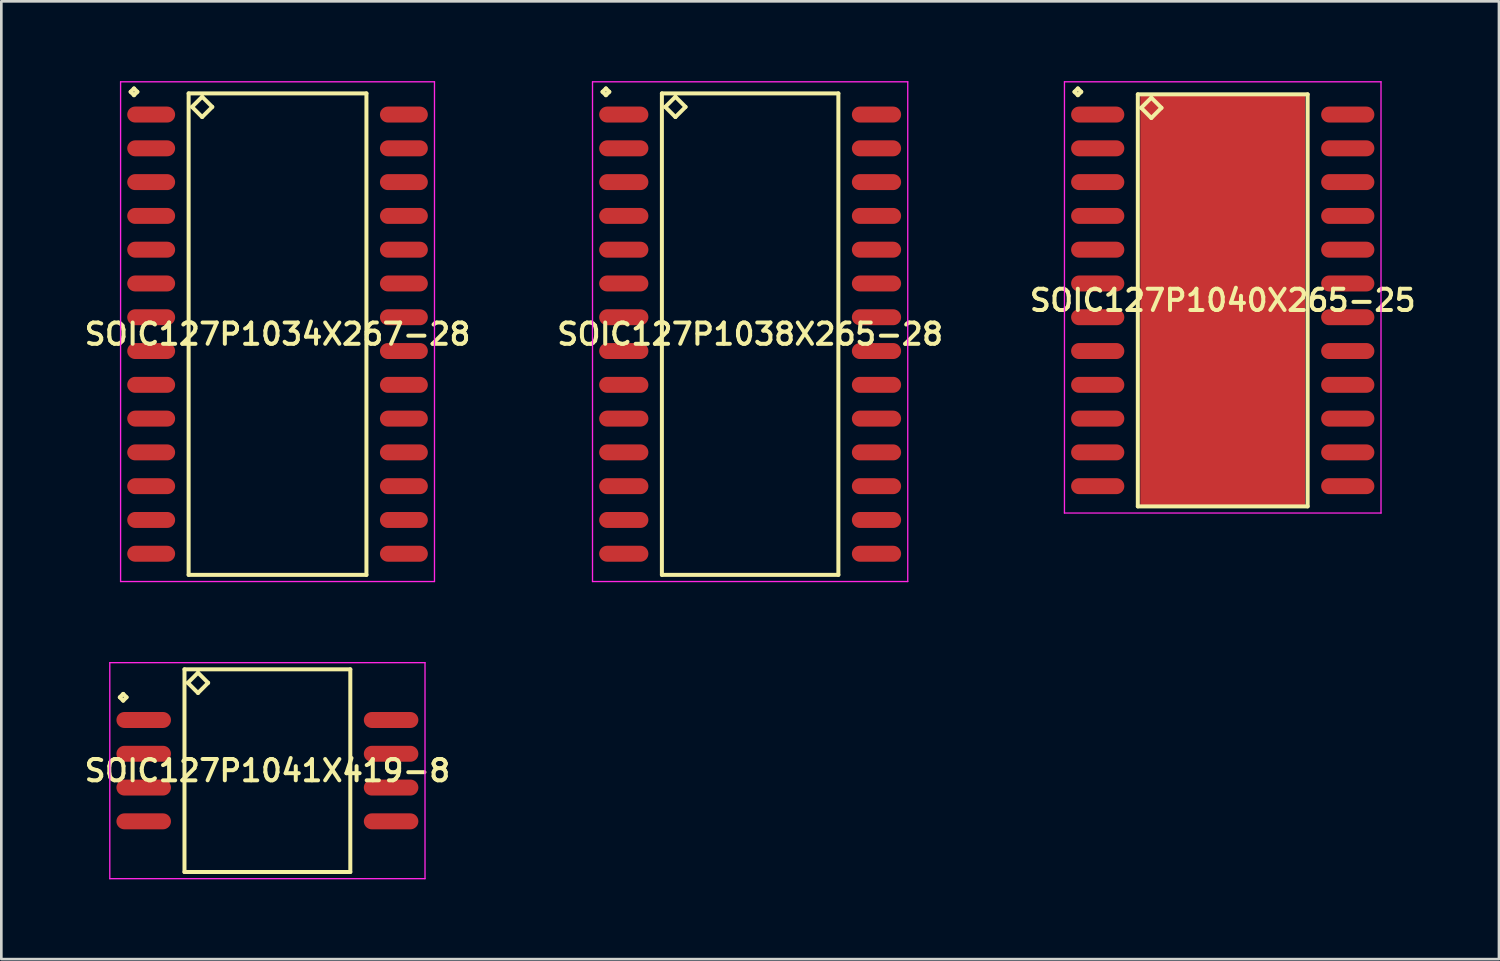
<source format=kicad_pcb>
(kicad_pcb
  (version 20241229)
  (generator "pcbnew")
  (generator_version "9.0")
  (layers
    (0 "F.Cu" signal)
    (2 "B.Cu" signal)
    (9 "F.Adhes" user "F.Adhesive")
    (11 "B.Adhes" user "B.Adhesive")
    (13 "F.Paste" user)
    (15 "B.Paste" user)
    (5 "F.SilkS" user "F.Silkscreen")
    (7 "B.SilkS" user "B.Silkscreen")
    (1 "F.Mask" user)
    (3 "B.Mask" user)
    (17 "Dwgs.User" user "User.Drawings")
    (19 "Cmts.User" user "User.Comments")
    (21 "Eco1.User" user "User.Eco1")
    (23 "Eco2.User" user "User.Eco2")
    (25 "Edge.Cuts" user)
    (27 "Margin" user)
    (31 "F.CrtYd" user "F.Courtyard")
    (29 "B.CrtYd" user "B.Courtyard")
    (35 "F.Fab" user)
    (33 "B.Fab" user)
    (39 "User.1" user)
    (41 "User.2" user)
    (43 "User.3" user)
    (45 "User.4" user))
  (footprint "SOIC127P1040X265-25"
    (layer "F.Cu")
    (at 42.915 8.241)
    (property "Reference" "SOIC127P1040X265-25" (at 0 0 0) (layer "F.SilkS") (effects (font (size 0.8 0.8) (thickness 0.15))))
    (attr smd)
    (fp_line (start -5.573 -7.839) (end -5.446 -7.966) (stroke (width 0.15) (type solid)) (layer "F.SilkS"))
    (fp_line (start -5.446 -7.966) (end -5.319 -7.839) (stroke (width 0.15) (type solid)) (layer "F.SilkS"))
    (fp_line (start -5.446 -7.712) (end -5.573 -7.839) (stroke (width 0.15) (type solid)) (layer "F.SilkS"))
    (fp_line (start -5.319 -7.839) (end -5.446 -7.712) (stroke (width 0.15) (type solid)) (layer "F.SilkS"))
    (fp_line (start -3.192 -7.745) (end -3.192 7.745) (stroke (width 0.15) (type solid)) (layer "F.SilkS"))
    (fp_line (start -3.192 7.745) (end 3.192 7.745) (stroke (width 0.15) (type solid)) (layer "F.SilkS"))
    (fp_line (start -3.065 -7.237) (end -2.684 -7.618) (stroke (width 0.15) (type solid)) (layer "F.SilkS"))
    (fp_line (start -2.684 -7.618) (end -2.303 -7.237) (stroke (width 0.15) (type solid)) (layer "F.SilkS"))
    (fp_line (start -2.684 -6.856) (end -3.065 -7.237) (stroke (width 0.15) (type solid)) (layer "F.SilkS"))
    (fp_line (start -2.303 -7.237) (end -2.684 -6.856) (stroke (width 0.15) (type solid)) (layer "F.SilkS"))
    (fp_line (start 3.192 -7.745) (end -3.192 -7.745) (stroke (width 0.15) (type solid)) (layer "F.SilkS"))
    (fp_line (start 3.192 7.745) (end 3.192 -7.745) (stroke (width 0.15) (type solid)) (layer "F.SilkS"))
    (fp_line (start -5.95 -8.216) (end 5.95 -8.216) (stroke (width 0.05) (type solid)) (layer "F.CrtYd"))
    (fp_line (start -5.95 7.995) (end -5.95 -8.216) (stroke (width 0.05) (type solid)) (layer "F.CrtYd"))
    (fp_line (start 5.95 -8.216) (end 5.95 7.995) (stroke (width 0.05) (type solid)) (layer "F.CrtYd"))
    (fp_line (start 5.95 7.995) (end -5.95 7.995) (stroke (width 0.05) (type solid)) (layer "F.CrtYd"))
    (pad "1" smd oval (at -4.7 -6.985) (size 2 0.6) (layers "F.Cu" "F.Mask" "F.Paste"))
    (pad "2" smd oval (at -4.7 -5.715) (size 2 0.6) (layers "F.Cu" "F.Mask" "F.Paste"))
    (pad "3" smd oval (at -4.7 -4.445) (size 2 0.6) (layers "F.Cu" "F.Mask" "F.Paste"))
    (pad "4" smd oval (at -4.7 -3.175) (size 2 0.6) (layers "F.Cu" "F.Mask" "F.Paste"))
    (pad "5" smd oval (at -4.7 -1.905) (size 2 0.6) (layers "F.Cu" "F.Mask" "F.Paste"))
    (pad "6" smd oval (at -4.7 -0.635) (size 2 0.6) (layers "F.Cu" "F.Mask" "F.Paste"))
    (pad "7" smd oval (at -4.7 0.635) (size 2 0.6) (layers "F.Cu" "F.Mask" "F.Paste"))
    (pad "8" smd oval (at -4.7 1.905) (size 2 0.6) (layers "F.Cu" "F.Mask" "F.Paste"))
    (pad "9" smd oval (at -4.7 3.175) (size 2 0.6) (layers "F.Cu" "F.Mask" "F.Paste"))
    (pad "10" smd oval (at -4.7 4.445) (size 2 0.6) (layers "F.Cu" "F.Mask" "F.Paste"))
    (pad "11" smd oval (at -4.7 5.715) (size 2 0.6) (layers "F.Cu" "F.Mask" "F.Paste"))
    (pad "12" smd oval (at -4.7 6.985) (size 2 0.6) (layers "F.Cu" "F.Mask" "F.Paste"))
    (pad "13" smd oval (at 4.7 6.985) (size 2 0.6) (layers "F.Cu" "F.Mask" "F.Paste"))
    (pad "14" smd oval (at 4.7 5.715) (size 2 0.6) (layers "F.Cu" "F.Mask" "F.Paste"))
    (pad "15" smd oval (at 4.7 4.445) (size 2 0.6) (layers "F.Cu" "F.Mask" "F.Paste"))
    (pad "16" smd oval (at 4.7 3.175) (size 2 0.6) (layers "F.Cu" "F.Mask" "F.Paste"))
    (pad "17" smd oval (at 4.7 1.905) (size 2 0.6) (layers "F.Cu" "F.Mask" "F.Paste"))
    (pad "18" smd oval (at 4.7 0.635) (size 2 0.6) (layers "F.Cu" "F.Mask" "F.Paste"))
    (pad "19" smd oval (at 4.7 -0.635) (size 2 0.6) (layers "F.Cu" "F.Mask" "F.Paste"))
    (pad "20" smd oval (at 4.7 -1.905) (size 2 0.6) (layers "F.Cu" "F.Mask" "F.Paste"))
    (pad "21" smd oval (at 4.7 -3.175) (size 2 0.6) (layers "F.Cu" "F.Mask" "F.Paste"))
    (pad "22" smd oval (at 4.7 -4.445) (size 2 0.6) (layers "F.Cu" "F.Mask" "F.Paste"))
    (pad "23" smd oval (at 4.7 -5.715) (size 2 0.6) (layers "F.Cu" "F.Mask" "F.Paste"))
    (pad "24" smd oval (at 4.7 -6.985) (size 2 0.6) (layers "F.Cu" "F.Mask" "F.Paste"))
    (pad "25" smd rect (at 0 0) (size 6.2 15.45) (layers "F.Cu" "F.Mask" "F.Paste")))
  (footprint "SOIC127P1041X419-8"
    (layer "F.Cu")
    (at 7.002 25.921)
    (property "Reference" "SOIC127P1041X419-8" (at 0 0 0) (layer "F.SilkS") (effects (font (size 0.8 0.8) (thickness 0.15))))
    (attr smd)
    (fp_line (start -5.548 -2.759) (end -5.421 -2.886) (stroke (width 0.15) (type solid)) (layer "F.SilkS"))
    (fp_line (start -5.421 -2.886) (end -5.294 -2.759) (stroke (width 0.15) (type solid)) (layer "F.SilkS"))
    (fp_line (start -5.421 -2.632) (end -5.548 -2.759) (stroke (width 0.15) (type solid)) (layer "F.SilkS"))
    (fp_line (start -5.294 -2.759) (end -5.421 -2.632) (stroke (width 0.15) (type solid)) (layer "F.SilkS"))
    (fp_line (start -3.117 -3.81) (end -3.117 3.81) (stroke (width 0.15) (type solid)) (layer "F.SilkS"))
    (fp_line (start -3.117 3.81) (end 3.117 3.81) (stroke (width 0.15) (type solid)) (layer "F.SilkS"))
    (fp_line (start -2.99 -3.302) (end -2.609 -3.683) (stroke (width 0.15) (type solid)) (layer "F.SilkS"))
    (fp_line (start -2.609 -3.683) (end -2.228 -3.302) (stroke (width 0.15) (type solid)) (layer "F.SilkS"))
    (fp_line (start -2.609 -2.921) (end -2.99 -3.302) (stroke (width 0.15) (type solid)) (layer "F.SilkS"))
    (fp_line (start -2.228 -3.302) (end -2.609 -2.921) (stroke (width 0.15) (type solid)) (layer "F.SilkS"))
    (fp_line (start 3.117 -3.81) (end -3.117 -3.81) (stroke (width 0.15) (type solid)) (layer "F.SilkS"))
    (fp_line (start 3.117 3.81) (end 3.117 -3.81) (stroke (width 0.15) (type solid)) (layer "F.SilkS"))
    (fp_line (start -5.925 -4.06) (end 5.925 -4.06) (stroke (width 0.05) (type solid)) (layer "F.CrtYd"))
    (fp_line (start -5.925 4.06) (end -5.925 -4.06) (stroke (width 0.05) (type solid)) (layer "F.CrtYd"))
    (fp_line (start 5.925 -4.06) (end 5.925 4.06) (stroke (width 0.05) (type solid)) (layer "F.CrtYd"))
    (fp_line (start 5.925 4.06) (end -5.925 4.06) (stroke (width 0.05) (type solid)) (layer "F.CrtYd"))
    (pad "1" smd oval (at -4.65 -1.905) (size 2.05 0.6) (layers "F.Cu" "F.Mask" "F.Paste"))
    (pad "2" smd oval (at -4.65 -0.635) (size 2.05 0.6) (layers "F.Cu" "F.Mask" "F.Paste"))
    (pad "3" smd oval (at -4.65 0.635) (size 2.05 0.6) (layers "F.Cu" "F.Mask" "F.Paste"))
    (pad "4" smd oval (at -4.65 1.905) (size 2.05 0.6) (layers "F.Cu" "F.Mask" "F.Paste"))
    (pad "5" smd oval (at 4.65 1.905) (size 2.05 0.6) (layers "F.Cu" "F.Mask" "F.Paste"))
    (pad "6" smd oval (at 4.65 0.635) (size 2.05 0.6) (layers "F.Cu" "F.Mask" "F.Paste"))
    (pad "7" smd oval (at 4.65 -0.635) (size 2.05 0.6) (layers "F.Cu" "F.Mask" "F.Paste"))
    (pad "8" smd oval (at 4.65 -1.905) (size 2.05 0.6) (layers "F.Cu" "F.Mask" "F.Paste")))
  (footprint "SOIC127P1034X267-28"
    (layer "F.Cu")
    (at 7.383 9.511)
    (property "Reference" "SOIC127P1034X267-28" (at 0 0 0) (layer "F.SilkS") (effects (font (size 0.8 0.8) (thickness 0.15))))
    (attr smd)
    (fp_line (start -5.523 -9.109) (end -5.396 -9.236) (stroke (width 0.15) (type solid)) (layer "F.SilkS"))
    (fp_line (start -5.396 -9.236) (end -5.269 -9.109) (stroke (width 0.15) (type solid)) (layer "F.SilkS"))
    (fp_line (start -5.396 -8.982) (end -5.523 -9.109) (stroke (width 0.15) (type solid)) (layer "F.SilkS"))
    (fp_line (start -5.269 -9.109) (end -5.396 -8.982) (stroke (width 0.15) (type solid)) (layer "F.SilkS"))
    (fp_line (start -3.342 -9.05) (end -3.342 9.05) (stroke (width 0.15) (type solid)) (layer "F.SilkS"))
    (fp_line (start -3.342 9.05) (end 3.342 9.05) (stroke (width 0.15) (type solid)) (layer "F.SilkS"))
    (fp_line (start -3.215 -8.542) (end -2.834 -8.923) (stroke (width 0.15) (type solid)) (layer "F.SilkS"))
    (fp_line (start -2.834 -8.923) (end -2.453 -8.542) (stroke (width 0.15) (type solid)) (layer "F.SilkS"))
    (fp_line (start -2.834 -8.161) (end -3.215 -8.542) (stroke (width 0.15) (type solid)) (layer "F.SilkS"))
    (fp_line (start -2.453 -8.542) (end -2.834 -8.161) (stroke (width 0.15) (type solid)) (layer "F.SilkS"))
    (fp_line (start 3.342 -9.05) (end -3.342 -9.05) (stroke (width 0.15) (type solid)) (layer "F.SilkS"))
    (fp_line (start 3.342 9.05) (end 3.342 -9.05) (stroke (width 0.15) (type solid)) (layer "F.SilkS"))
    (fp_line (start -5.9 -9.486) (end 5.9 -9.486) (stroke (width 0.05) (type solid)) (layer "F.CrtYd"))
    (fp_line (start -5.9 9.3) (end -5.9 -9.486) (stroke (width 0.05) (type solid)) (layer "F.CrtYd"))
    (fp_line (start 5.9 -9.486) (end 5.9 9.3) (stroke (width 0.05) (type solid)) (layer "F.CrtYd"))
    (fp_line (start 5.9 9.3) (end -5.9 9.3) (stroke (width 0.05) (type solid)) (layer "F.CrtYd"))
    (pad "1" smd oval (at -4.75 -8.255) (size 1.8 0.6) (layers "F.Cu" "F.Mask" "F.Paste"))
    (pad "2" smd oval (at -4.75 -6.985) (size 1.8 0.6) (layers "F.Cu" "F.Mask" "F.Paste"))
    (pad "3" smd oval (at -4.75 -5.715) (size 1.8 0.6) (layers "F.Cu" "F.Mask" "F.Paste"))
    (pad "4" smd oval (at -4.75 -4.445) (size 1.8 0.6) (layers "F.Cu" "F.Mask" "F.Paste"))
    (pad "5" smd oval (at -4.75 -3.175) (size 1.8 0.6) (layers "F.Cu" "F.Mask" "F.Paste"))
    (pad "6" smd oval (at -4.75 -1.905) (size 1.8 0.6) (layers "F.Cu" "F.Mask" "F.Paste"))
    (pad "7" smd oval (at -4.75 -0.635) (size 1.8 0.6) (layers "F.Cu" "F.Mask" "F.Paste"))
    (pad "8" smd oval (at -4.75 0.635) (size 1.8 0.6) (layers "F.Cu" "F.Mask" "F.Paste"))
    (pad "9" smd oval (at -4.75 1.905) (size 1.8 0.6) (layers "F.Cu" "F.Mask" "F.Paste"))
    (pad "10" smd oval (at -4.75 3.175) (size 1.8 0.6) (layers "F.Cu" "F.Mask" "F.Paste"))
    (pad "11" smd oval (at -4.75 4.445) (size 1.8 0.6) (layers "F.Cu" "F.Mask" "F.Paste"))
    (pad "12" smd oval (at -4.75 5.715) (size 1.8 0.6) (layers "F.Cu" "F.Mask" "F.Paste"))
    (pad "13" smd oval (at -4.75 6.985) (size 1.8 0.6) (layers "F.Cu" "F.Mask" "F.Paste"))
    (pad "14" smd oval (at -4.75 8.255) (size 1.8 0.6) (layers "F.Cu" "F.Mask" "F.Paste"))
    (pad "15" smd oval (at 4.75 8.255) (size 1.8 0.6) (layers "F.Cu" "F.Mask" "F.Paste"))
    (pad "16" smd oval (at 4.75 6.985) (size 1.8 0.6) (layers "F.Cu" "F.Mask" "F.Paste"))
    (pad "17" smd oval (at 4.75 5.715) (size 1.8 0.6) (layers "F.Cu" "F.Mask" "F.Paste"))
    (pad "18" smd oval (at 4.75 4.445) (size 1.8 0.6) (layers "F.Cu" "F.Mask" "F.Paste"))
    (pad "19" smd oval (at 4.75 3.175) (size 1.8 0.6) (layers "F.Cu" "F.Mask" "F.Paste"))
    (pad "20" smd oval (at 4.75 1.905) (size 1.8 0.6) (layers "F.Cu" "F.Mask" "F.Paste"))
    (pad "21" smd oval (at 4.75 0.635) (size 1.8 0.6) (layers "F.Cu" "F.Mask" "F.Paste"))
    (pad "22" smd oval (at 4.75 -0.635) (size 1.8 0.6) (layers "F.Cu" "F.Mask" "F.Paste"))
    (pad "23" smd oval (at 4.75 -1.905) (size 1.8 0.6) (layers "F.Cu" "F.Mask" "F.Paste"))
    (pad "24" smd oval (at 4.75 -3.175) (size 1.8 0.6) (layers "F.Cu" "F.Mask" "F.Paste"))
    (pad "25" smd oval (at 4.75 -4.445) (size 1.8 0.6) (layers "F.Cu" "F.Mask" "F.Paste"))
    (pad "26" smd oval (at 4.75 -5.715) (size 1.8 0.6) (layers "F.Cu" "F.Mask" "F.Paste"))
    (pad "27" smd oval (at 4.75 -6.985) (size 1.8 0.6) (layers "F.Cu" "F.Mask" "F.Paste"))
    (pad "28" smd oval (at 4.75 -8.255) (size 1.8 0.6) (layers "F.Cu" "F.Mask" "F.Paste")))
  (footprint "SOIC127P1038X265-28"
    (layer "F.Cu")
    (at 25.149 9.511)
    (property "Reference" "SOIC127P1038X265-28" (at 0 0 0) (layer "F.SilkS") (effects (font (size 0.8 0.8) (thickness 0.15))))
    (attr smd)
    (fp_line (start -5.548 -9.109) (end -5.421 -9.236) (stroke (width 0.15) (type solid)) (layer "F.SilkS"))
    (fp_line (start -5.421 -9.236) (end -5.294 -9.109) (stroke (width 0.15) (type solid)) (layer "F.SilkS"))
    (fp_line (start -5.421 -8.982) (end -5.548 -9.109) (stroke (width 0.15) (type solid)) (layer "F.SilkS"))
    (fp_line (start -5.294 -9.109) (end -5.421 -8.982) (stroke (width 0.15) (type solid)) (layer "F.SilkS"))
    (fp_line (start -3.317 -9.05) (end -3.317 9.05) (stroke (width 0.15) (type solid)) (layer "F.SilkS"))
    (fp_line (start -3.317 9.05) (end 3.317 9.05) (stroke (width 0.15) (type solid)) (layer "F.SilkS"))
    (fp_line (start -3.19 -8.542) (end -2.809 -8.923) (stroke (width 0.15) (type solid)) (layer "F.SilkS"))
    (fp_line (start -2.809 -8.923) (end -2.428 -8.542) (stroke (width 0.15) (type solid)) (layer "F.SilkS"))
    (fp_line (start -2.809 -8.161) (end -3.19 -8.542) (stroke (width 0.15) (type solid)) (layer "F.SilkS"))
    (fp_line (start -2.428 -8.542) (end -2.809 -8.161) (stroke (width 0.15) (type solid)) (layer "F.SilkS"))
    (fp_line (start 3.317 -9.05) (end -3.317 -9.05) (stroke (width 0.15) (type solid)) (layer "F.SilkS"))
    (fp_line (start 3.317 9.05) (end 3.317 -9.05) (stroke (width 0.15) (type solid)) (layer "F.SilkS"))
    (fp_line (start -5.925 -9.486) (end 5.925 -9.486) (stroke (width 0.05) (type solid)) (layer "F.CrtYd"))
    (fp_line (start -5.925 9.3) (end -5.925 -9.486) (stroke (width 0.05) (type solid)) (layer "F.CrtYd"))
    (fp_line (start 5.925 -9.486) (end 5.925 9.3) (stroke (width 0.05) (type solid)) (layer "F.CrtYd"))
    (fp_line (start 5.925 9.3) (end -5.925 9.3) (stroke (width 0.05) (type solid)) (layer "F.CrtYd"))
    (pad "1" smd oval (at -4.75 -8.255) (size 1.85 0.6) (layers "F.Cu" "F.Mask" "F.Paste"))
    (pad "2" smd oval (at -4.75 -6.985) (size 1.85 0.6) (layers "F.Cu" "F.Mask" "F.Paste"))
    (pad "3" smd oval (at -4.75 -5.715) (size 1.85 0.6) (layers "F.Cu" "F.Mask" "F.Paste"))
    (pad "4" smd oval (at -4.75 -4.445) (size 1.85 0.6) (layers "F.Cu" "F.Mask" "F.Paste"))
    (pad "5" smd oval (at -4.75 -3.175) (size 1.85 0.6) (layers "F.Cu" "F.Mask" "F.Paste"))
    (pad "6" smd oval (at -4.75 -1.905) (size 1.85 0.6) (layers "F.Cu" "F.Mask" "F.Paste"))
    (pad "7" smd oval (at -4.75 -0.635) (size 1.85 0.6) (layers "F.Cu" "F.Mask" "F.Paste"))
    (pad "8" smd oval (at -4.75 0.635) (size 1.85 0.6) (layers "F.Cu" "F.Mask" "F.Paste"))
    (pad "9" smd oval (at -4.75 1.905) (size 1.85 0.6) (layers "F.Cu" "F.Mask" "F.Paste"))
    (pad "10" smd oval (at -4.75 3.175) (size 1.85 0.6) (layers "F.Cu" "F.Mask" "F.Paste"))
    (pad "11" smd oval (at -4.75 4.445) (size 1.85 0.6) (layers "F.Cu" "F.Mask" "F.Paste"))
    (pad "12" smd oval (at -4.75 5.715) (size 1.85 0.6) (layers "F.Cu" "F.Mask" "F.Paste"))
    (pad "13" smd oval (at -4.75 6.985) (size 1.85 0.6) (layers "F.Cu" "F.Mask" "F.Paste"))
    (pad "14" smd oval (at -4.75 8.255) (size 1.85 0.6) (layers "F.Cu" "F.Mask" "F.Paste"))
    (pad "15" smd oval (at 4.75 8.255) (size 1.85 0.6) (layers "F.Cu" "F.Mask" "F.Paste"))
    (pad "16" smd oval (at 4.75 6.985) (size 1.85 0.6) (layers "F.Cu" "F.Mask" "F.Paste"))
    (pad "17" smd oval (at 4.75 5.715) (size 1.85 0.6) (layers "F.Cu" "F.Mask" "F.Paste"))
    (pad "18" smd oval (at 4.75 4.445) (size 1.85 0.6) (layers "F.Cu" "F.Mask" "F.Paste"))
    (pad "19" smd oval (at 4.75 3.175) (size 1.85 0.6) (layers "F.Cu" "F.Mask" "F.Paste"))
    (pad "20" smd oval (at 4.75 1.905) (size 1.85 0.6) (layers "F.Cu" "F.Mask" "F.Paste"))
    (pad "21" smd oval (at 4.75 0.635) (size 1.85 0.6) (layers "F.Cu" "F.Mask" "F.Paste"))
    (pad "22" smd oval (at 4.75 -0.635) (size 1.85 0.6) (layers "F.Cu" "F.Mask" "F.Paste"))
    (pad "23" smd oval (at 4.75 -1.905) (size 1.85 0.6) (layers "F.Cu" "F.Mask" "F.Paste"))
    (pad "24" smd oval (at 4.75 -3.175) (size 1.85 0.6) (layers "F.Cu" "F.Mask" "F.Paste"))
    (pad "25" smd oval (at 4.75 -4.445) (size 1.85 0.6) (layers "F.Cu" "F.Mask" "F.Paste"))
    (pad "26" smd oval (at 4.75 -5.715) (size 1.85 0.6) (layers "F.Cu" "F.Mask" "F.Paste"))
    (pad "27" smd oval (at 4.75 -6.985) (size 1.85 0.6) (layers "F.Cu" "F.Mask" "F.Paste"))
    (pad "28" smd oval (at 4.75 -8.255) (size 1.85 0.6) (layers "F.Cu" "F.Mask" "F.Paste")))
  (gr_rect
    (start -3 -3)
    (end 53.299 33.006)
    (stroke (width 0.1) (type default))
    (fill no)
    (layer "Edge.Cuts")))
</source>
